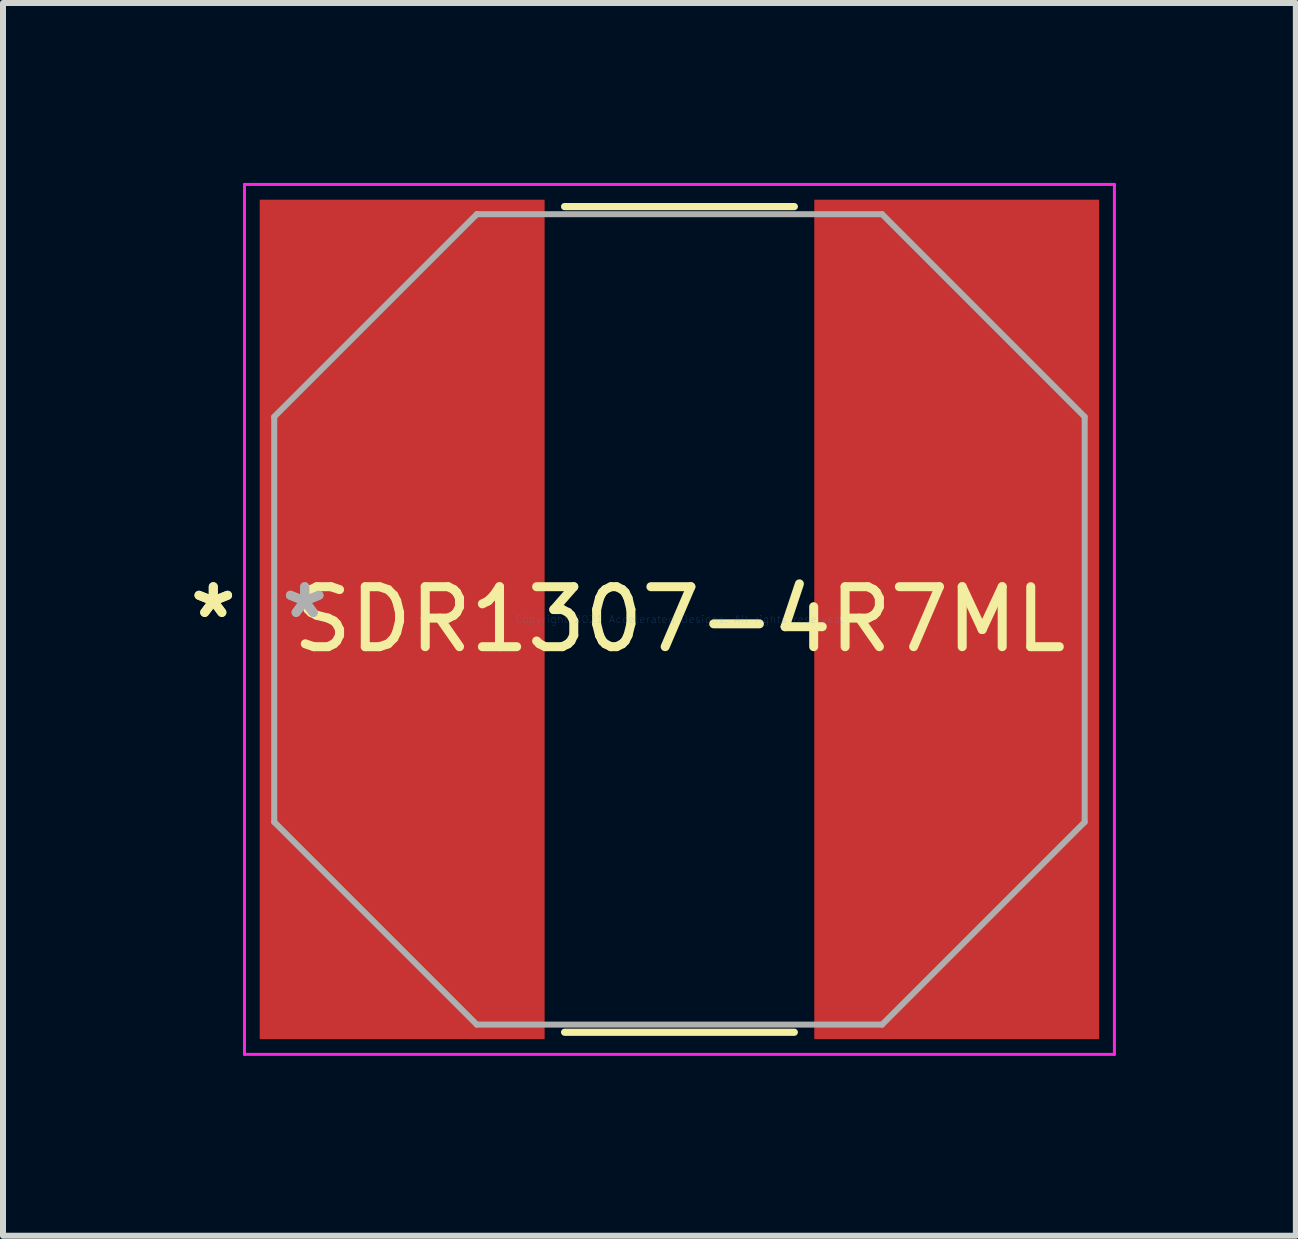
<source format=kicad_pcb>
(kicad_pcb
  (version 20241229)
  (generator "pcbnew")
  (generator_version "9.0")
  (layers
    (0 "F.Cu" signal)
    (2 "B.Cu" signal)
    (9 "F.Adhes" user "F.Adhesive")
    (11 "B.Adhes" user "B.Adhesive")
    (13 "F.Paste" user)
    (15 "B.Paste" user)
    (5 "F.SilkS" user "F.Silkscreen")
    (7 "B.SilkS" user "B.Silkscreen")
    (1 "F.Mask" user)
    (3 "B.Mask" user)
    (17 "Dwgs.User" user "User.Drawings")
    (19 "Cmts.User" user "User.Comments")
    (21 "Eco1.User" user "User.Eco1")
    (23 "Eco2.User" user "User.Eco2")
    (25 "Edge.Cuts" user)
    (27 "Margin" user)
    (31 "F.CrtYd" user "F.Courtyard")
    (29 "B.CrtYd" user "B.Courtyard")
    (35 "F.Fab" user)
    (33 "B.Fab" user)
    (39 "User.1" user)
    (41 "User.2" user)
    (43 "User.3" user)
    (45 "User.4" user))
  (footprint "SDR1307-4R7ML"
    (layer "F.Cu")
    (at 8.278 7.277)
    (property "Reference" "SDR1307-4R7ML" (at 0 0 0) (layer "F.SilkS") (effects (font (size 1 1) (thickness 0.15))))
    (attr through_hole)
    (fp_line (start -1.915 6.883) (end 1.915 6.883) (stroke (width 0.12) (type solid)) (layer "F.SilkS"))
    (fp_line (start 1.915 -6.883) (end -1.915 -6.883) (stroke (width 0.12) (type solid)) (layer "F.SilkS"))
    (fp_line (start -7.252 -7.252) (end 7.252 -7.252) (stroke (width 0.05) (type solid)) (layer "F.CrtYd"))
    (fp_line (start -7.252 7.252) (end -7.252 -7.252) (stroke (width 0.05) (type solid)) (layer "F.CrtYd"))
    (fp_line (start 7.252 -7.252) (end 7.252 7.252) (stroke (width 0.05) (type solid)) (layer "F.CrtYd"))
    (fp_line (start 7.252 7.252) (end -7.252 7.252) (stroke (width 0.05) (type solid)) (layer "F.CrtYd"))
    (fp_line (start -6.756 -3.378) (end -6.756 3.378) (stroke (width 0.1) (type solid)) (layer "F.Fab"))
    (fp_line (start -6.756 3.378) (end -3.378 6.756) (stroke (width 0.1) (type solid)) (layer "F.Fab"))
    (fp_line (start -3.378 -6.756) (end -6.756 -3.378) (stroke (width 0.1) (type solid)) (layer "F.Fab"))
    (fp_line (start -3.378 6.756) (end 3.378 6.756) (stroke (width 0.1) (type solid)) (layer "F.Fab"))
    (fp_line (start 3.378 -6.756) (end -3.378 -6.756) (stroke (width 0.1) (type solid)) (layer "F.Fab"))
    (fp_line (start 3.378 6.756) (end 6.756 3.378) (stroke (width 0.1) (type solid)) (layer "F.Fab"))
    (fp_line (start 6.756 -3.378) (end 3.378 -6.756) (stroke (width 0.1) (type solid)) (layer "F.Fab"))
    (fp_line (start 6.756 3.378) (end 6.756 -3.378) (stroke (width 0.1) (type solid)) (layer "F.Fab"))
    (fp_text user "*" (at -7.772 0 0) (layer "F.SilkS") (effects (font (size 1 1) (thickness 0.15))))
    (fp_text user "*" (at -7.772 0 0) (layer "F.SilkS") (effects (font (size 1 1) (thickness 0.15))))
    (fp_text user "Copyright 2021 Accelerated Designs. All rights reserved." (at 0 0 0) (layer "Cmts.User") (effects (font (size 0.127 0.127) (thickness 0.002))))
    (fp_text user "*" (at -6.248 0 0) (layer "F.Fab") (effects (font (size 1 1) (thickness 0.15))))
    (fp_text user "*" (at -6.248 0 0) (layer "F.Fab") (effects (font (size 1 1) (thickness 0.15))))
    (pad "1" smd rect (at -4.623 0) (size 4.75 13.995) (layers "F.Cu" "F.Mask" "F.Paste"))
    (pad "2" smd rect (at 4.623 0) (size 4.75 13.995) (layers "F.Cu" "F.Mask" "F.Paste")))
  (gr_rect
    (start -3 -3)
    (end 18.555 17.553)
    (stroke (width 0.1) (type default))
    (fill no)
    (layer "Edge.Cuts")))
</source>
